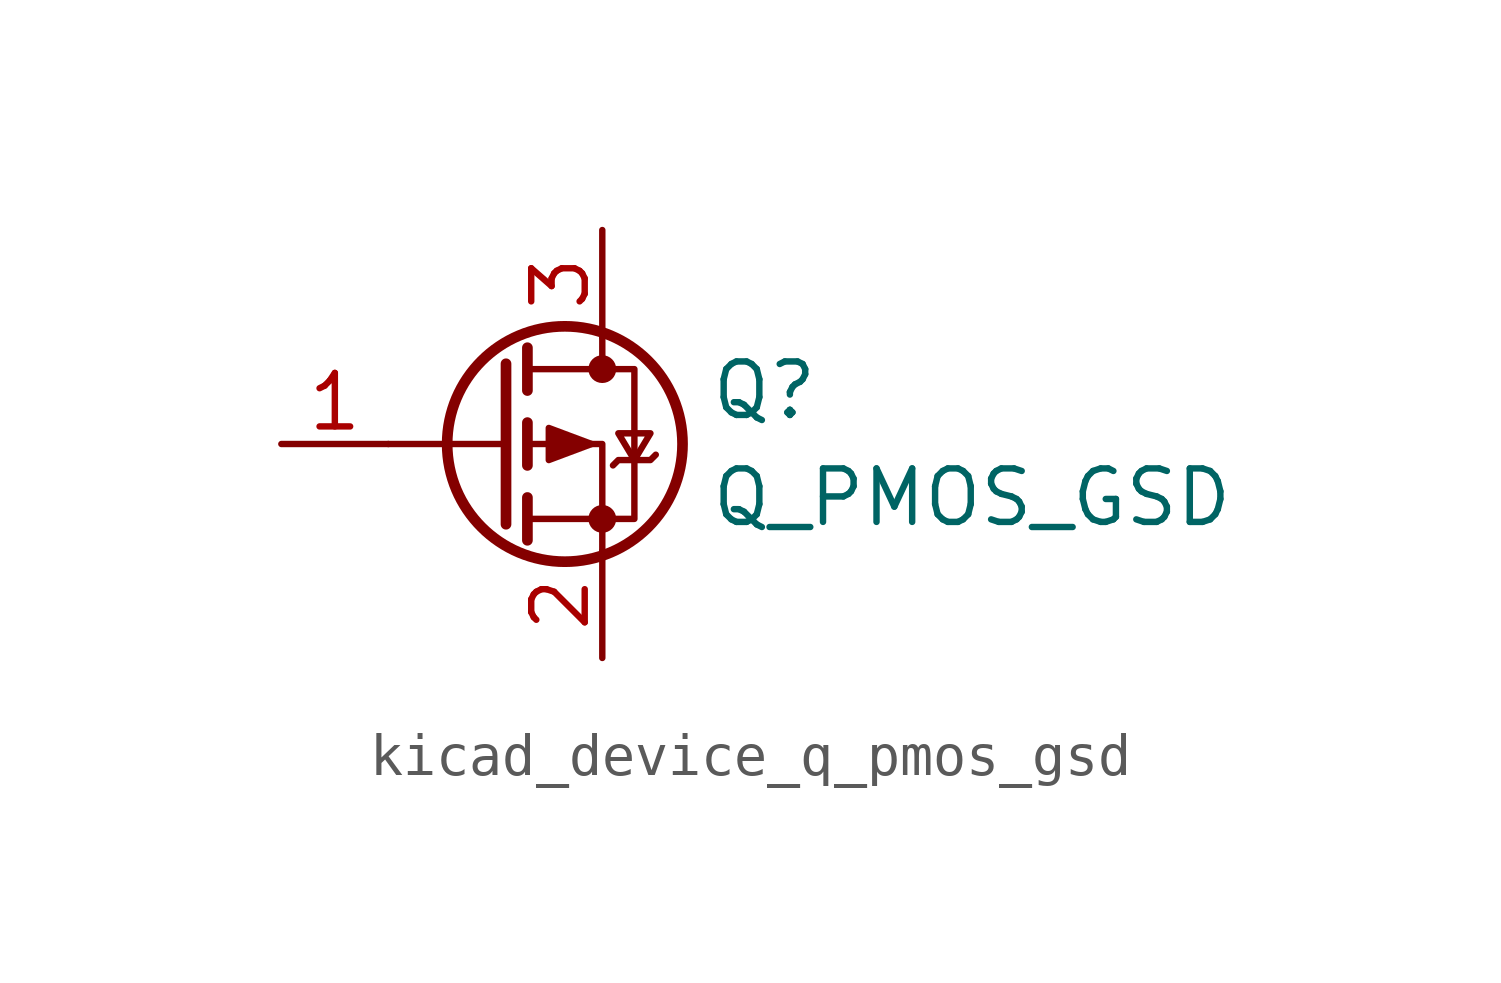
<source format=kicad_sym>
(kicad_symbol_lib
  (version 20220914)
  (generator kicad_symbol_editor)
  (symbol "kicad_device_q_pmos_gsd"
    (pin_names
      (offset 0) hide)
    (property "Reference" "Q"
      (at 5.08 1.27 0)
      (effects (font (size 1.27 1.27)) (justify left)))
    (property "Value" "Q_PMOS_GSD"
      (at 5.08 -1.27 0)
      (effects (font (size 1.27 1.27)) (justify left)))
    (symbol "kicad_device_q_pmos_gsd_0_1"
      (polyline (pts (xy 0.254 0) (xy -2.54 0)) (stroke (width 0) (type default)) (fill (type none)))
      (polyline (pts (xy 0.254 1.905) (xy 0.254 -1.905)) (stroke (width 0.254) (type default)) (fill (type none)))
      (polyline (pts (xy 0.762 -1.27) (xy 0.762 -2.286)) (stroke (width 0.254) (type default)) (fill (type none)))
      (polyline (pts (xy 0.762 0.508) (xy 0.762 -0.508)) (stroke (width 0.254) (type default)) (fill (type none)))
      (polyline (pts (xy 0.762 2.286) (xy 0.762 1.27)) (stroke (width 0.254) (type default)) (fill (type none)))
      (polyline (pts (xy 2.54 2.54) (xy 2.54 1.778)) (stroke (width 0) (type default)) (fill (type none)))
      (polyline (pts (xy 2.54 -2.54) (xy 2.54 0) (xy 0.762 0)) (stroke (width 0) (type default)) (fill (type none)))
      (polyline (pts (xy 0.762 1.778) (xy 3.302 1.778) (xy 3.302 -1.778) (xy 0.762 -1.778)) (stroke (width 0) (type default)) (fill (type none)))
      (polyline (pts (xy 2.286 0) (xy 1.27 0.381) (xy 1.27 -0.381) (xy 2.286 0)) (stroke (width 0) (type default)) (fill (type outline)))
      (polyline (pts (xy 2.794 -0.508) (xy 2.921 -0.381) (xy 3.683 -0.381) (xy 3.81 -0.254)) (stroke (width 0) (type default)) (fill (type none)))
      (polyline (pts (xy 3.302 -0.381) (xy 2.921 0.254) (xy 3.683 0.254) (xy 3.302 -0.381)) (stroke (width 0) (type default)) (fill (type none)))
      (circle (center 1.651 0) (radius 2.794) (stroke (width 0.254) (type default)) (fill (type none)))
      (circle (center 2.54 -1.778) (radius 0.254) (stroke (width 0) (type default)) (fill (type outline)))
      (circle (center 2.54 1.778) (radius 0.254) (stroke (width 0) (type default)) (fill (type outline))))
    (symbol "kicad_device_q_pmos_gsd_1_1"
      (pin input line (at -5.08 0 0) (length 2.54) (name "G" (effects (font (size 1.27 1.27)))) (number "1" (effects (font (size 1.27 1.27)))))
      (pin passive line (at 2.54 -5.08 90) (length 2.54) (name "S" (effects (font (size 1.27 1.27)))) (number "2" (effects (font (size 1.27 1.27)))))
      (pin passive line (at 2.54 5.08 270) (length 2.54) (name "D" (effects (font (size 1.27 1.27)))) (number "3" (effects (font (size 1.27 1.27))))))))
</source>
